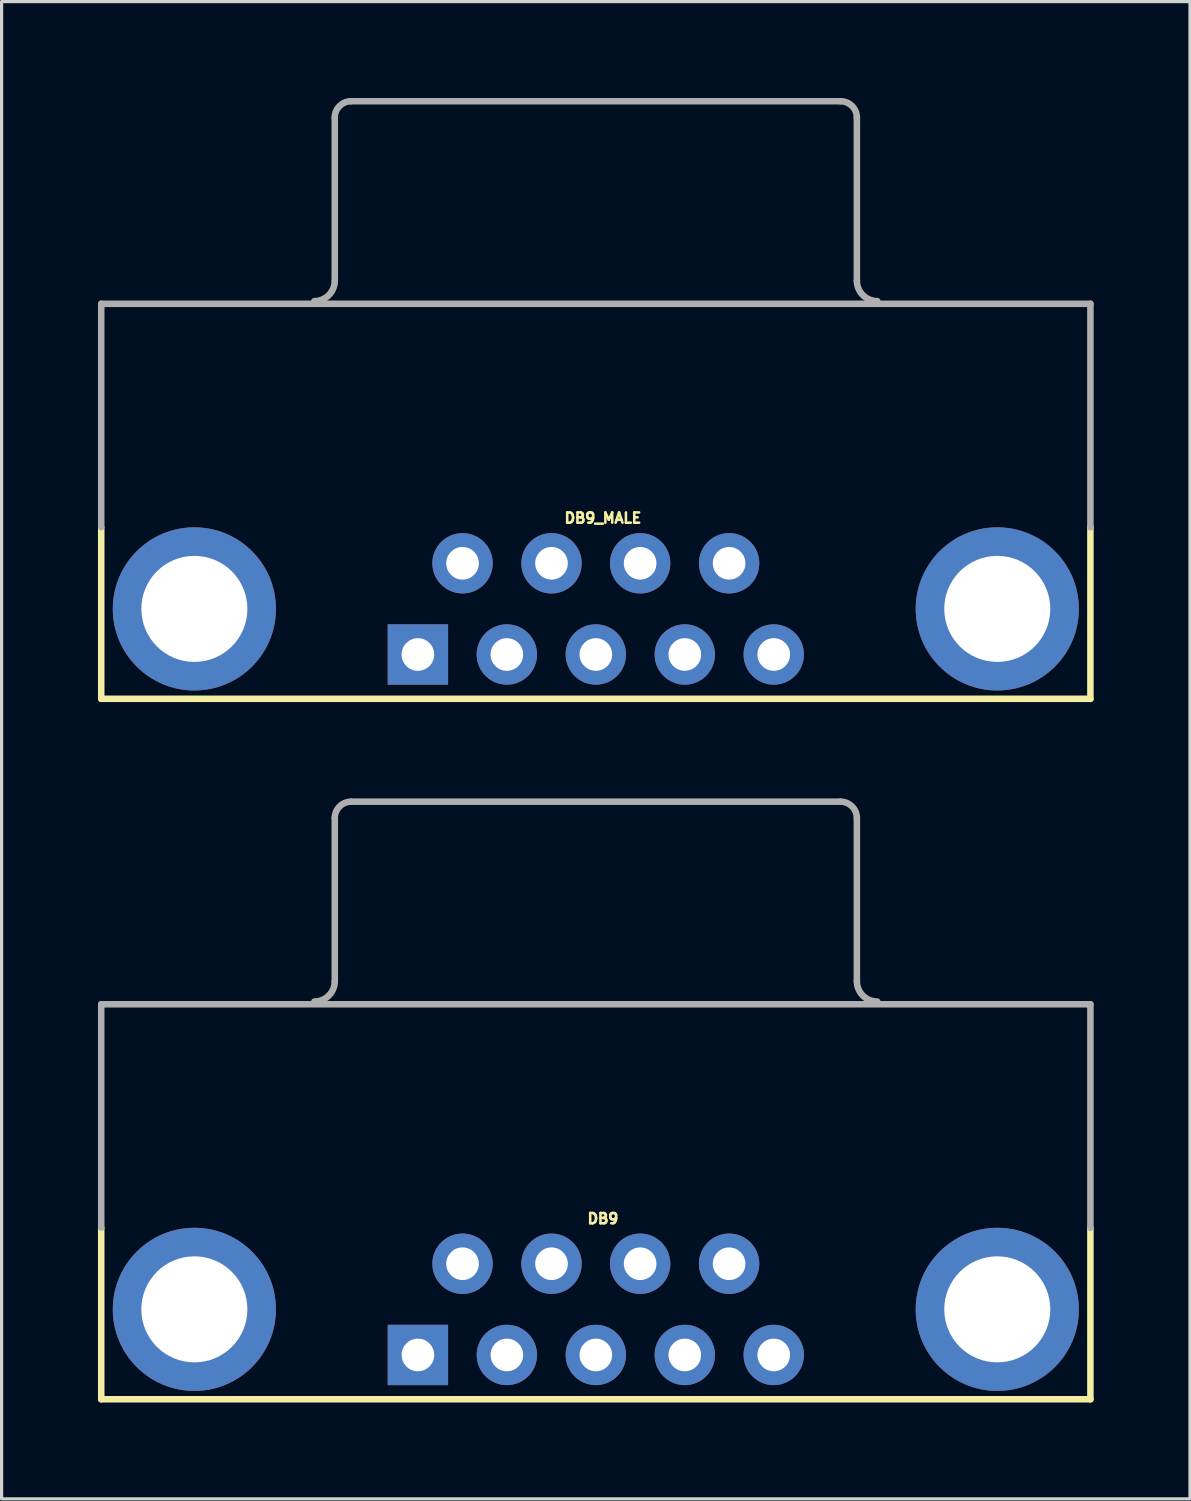
<source format=kicad_pcb>
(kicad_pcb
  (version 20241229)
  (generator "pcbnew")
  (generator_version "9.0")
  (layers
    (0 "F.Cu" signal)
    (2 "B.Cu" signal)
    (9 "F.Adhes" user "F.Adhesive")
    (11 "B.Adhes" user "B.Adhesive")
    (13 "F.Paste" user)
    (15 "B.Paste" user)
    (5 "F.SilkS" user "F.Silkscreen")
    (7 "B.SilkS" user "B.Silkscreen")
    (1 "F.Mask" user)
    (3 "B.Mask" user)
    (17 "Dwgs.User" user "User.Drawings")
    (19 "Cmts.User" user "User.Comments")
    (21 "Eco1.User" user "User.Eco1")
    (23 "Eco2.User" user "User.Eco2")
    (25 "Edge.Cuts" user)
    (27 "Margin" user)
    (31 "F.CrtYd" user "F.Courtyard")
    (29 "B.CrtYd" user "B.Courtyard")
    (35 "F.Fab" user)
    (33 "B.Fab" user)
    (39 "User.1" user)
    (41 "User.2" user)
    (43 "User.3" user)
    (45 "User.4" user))
  (footprint "DB9_MALE"
    (layer "F.Cu")
    (at 15.502 15.909)
    (property "Reference" "DB9_MALE" (at 0.221 -2.828 0) (layer "F.SilkS") (effects (font (size 0.32 0.32) (thickness 0.15))))
    (attr through_hole)
    (fp_line (start -15.4 2.8) (end -15.4 -2.54) (stroke (width 0.203) (type solid)) (layer "F.SilkS"))
    (fp_line (start -15.4 2.8) (end 15.4 2.8) (stroke (width 0.203) (type solid)) (layer "F.SilkS"))
    (fp_line (start 15.4 2.8) (end 15.4 -2.54) (stroke (width 0.203) (type solid)) (layer "F.SilkS"))
    (fp_line (start -15.4 -9.5) (end 15.4 -9.5) (stroke (width 0.203) (type solid)) (layer "F.Fab"))
    (fp_line (start -15.4 -2.543) (end -15.4 -9.5) (stroke (width 0.203) (type solid)) (layer "F.Fab"))
    (fp_line (start -8.128 -10.219) (end -8.128 -15.299) (stroke (width 0.203) (type solid)) (layer "F.Fab"))
    (fp_line (start -7.62 -15.807) (end 7.62 -15.807) (stroke (width 0.203) (type solid)) (layer "F.Fab"))
    (fp_line (start 8.128 -10.219) (end 8.128 -15.299) (stroke (width 0.203) (type solid)) (layer "F.Fab"))
    (fp_line (start 15.4 -2.54) (end 15.4 -9.5) (stroke (width 0.203) (type solid)) (layer "F.Fab"))
    (fp_arc (start -8.128 -15.299) (mid -7.97921 -15.65821) (end -7.62 -15.807) (stroke (width 0.2032) (type solid)) (layer "F.Fab"))
    (fp_arc (start -8.128 -10.219) (mid -8.313987 -9.769987) (end -8.763 -9.584) (stroke (width 0.2032) (type solid)) (layer "F.Fab"))
    (fp_arc (start 7.62 -15.807) (mid 7.97921 -15.65821) (end 8.128 -15.299) (stroke (width 0.2032) (type solid)) (layer "F.Fab"))
    (fp_arc (start 8.763 -9.584) (mid 8.313987 -9.769987) (end 8.128 -10.219) (stroke (width 0.2032) (type solid)) (layer "F.Fab"))
    (pad "1" thru_hole circle (at 5.54 1.42) (size 1.88 1.88) (drill 1.016) (layers "*.Cu" "*.Mask"))
    (pad "2" thru_hole circle (at 2.77 1.42) (size 1.88 1.88) (drill 1.016) (layers "*.Cu" "*.Mask"))
    (pad "3" thru_hole circle (at 0 1.42) (size 1.88 1.88) (drill 1.016) (layers "*.Cu" "*.Mask"))
    (pad "4" thru_hole circle (at -2.77 1.42) (size 1.88 1.88) (drill 1.016) (layers "*.Cu" "*.Mask"))
    (pad "5" thru_hole rect (at -5.54 1.42) (size 1.88 1.88) (drill 1.016) (layers "*.Cu" "*.Mask"))
    (pad "6" thru_hole circle (at 4.15 -1.42) (size 1.88 1.88) (drill 1.016) (layers "*.Cu" "*.Mask"))
    (pad "7" thru_hole circle (at 1.38 -1.42) (size 1.88 1.88) (drill 1.016) (layers "*.Cu" "*.Mask"))
    (pad "8" thru_hole circle (at -1.38 -1.42) (size 1.88 1.88) (drill 1.016) (layers "*.Cu" "*.Mask"))
    (pad "9" thru_hole circle (at -4.15 -1.42) (size 1.88 1.88) (drill 1.016) (layers "*.Cu" "*.Mask"))
    (pad "G1" thru_hole circle (at -12.5 0) (size 5.08 5.08) (drill 3.302) (layers "*.Cu" "*.Mask"))
    (pad "G2" thru_hole circle (at 12.5 0) (size 5.08 5.08) (drill 3.302) (layers "*.Cu" "*.Mask")))
  (footprint "DB9"
    (layer "F.Cu")
    (at 15.502 37.719)
    (property "Reference" "DB9" (at 0.221 -2.824 0) (layer "F.SilkS") (effects (font (size 0.32 0.32) (thickness 0.15))))
    (attr through_hole)
    (fp_line (start -15.4 2.8) (end -15.4 -2.54) (stroke (width 0.203) (type solid)) (layer "F.SilkS"))
    (fp_line (start -15.4 2.8) (end 15.4 2.8) (stroke (width 0.203) (type solid)) (layer "F.SilkS"))
    (fp_line (start 15.4 2.8) (end 15.4 -2.54) (stroke (width 0.203) (type solid)) (layer "F.SilkS"))
    (fp_line (start -15.4 -9.5) (end 15.4 -9.5) (stroke (width 0.203) (type solid)) (layer "F.Fab"))
    (fp_line (start -15.4 -2.543) (end -15.4 -9.5) (stroke (width 0.203) (type solid)) (layer "F.Fab"))
    (fp_line (start -8.128 -10.219) (end -8.128 -15.299) (stroke (width 0.203) (type solid)) (layer "F.Fab"))
    (fp_line (start -7.62 -15.807) (end 7.62 -15.807) (stroke (width 0.203) (type solid)) (layer "F.Fab"))
    (fp_line (start 8.128 -10.219) (end 8.128 -15.299) (stroke (width 0.203) (type solid)) (layer "F.Fab"))
    (fp_line (start 15.4 -2.54) (end 15.4 -9.5) (stroke (width 0.203) (type solid)) (layer "F.Fab"))
    (fp_arc (start -8.128 -15.299) (mid -7.97921 -15.65821) (end -7.62 -15.807) (stroke (width 0.2032) (type solid)) (layer "F.Fab"))
    (fp_arc (start -8.128 -10.219) (mid -8.313987 -9.769987) (end -8.763 -9.584) (stroke (width 0.2032) (type solid)) (layer "F.Fab"))
    (fp_arc (start 7.62 -15.807) (mid 7.97921 -15.65821) (end 8.128 -15.299) (stroke (width 0.2032) (type solid)) (layer "F.Fab"))
    (fp_arc (start 8.763 -9.584) (mid 8.313987 -9.769987) (end 8.128 -10.219) (stroke (width 0.2032) (type solid)) (layer "F.Fab"))
    (pad "1" thru_hole rect (at -5.54 1.42) (size 1.88 1.88) (drill 1.016) (layers "*.Cu" "*.Mask"))
    (pad "2" thru_hole circle (at -2.77 1.42) (size 1.88 1.88) (drill 1.016) (layers "*.Cu" "*.Mask"))
    (pad "3" thru_hole circle (at 0 1.42) (size 1.88 1.88) (drill 1.016) (layers "*.Cu" "*.Mask"))
    (pad "4" thru_hole circle (at 2.77 1.42) (size 1.88 1.88) (drill 1.016) (layers "*.Cu" "*.Mask"))
    (pad "5" thru_hole circle (at 5.54 1.42) (size 1.88 1.88) (drill 1.016) (layers "*.Cu" "*.Mask"))
    (pad "6" thru_hole circle (at -4.15 -1.42) (size 1.88 1.88) (drill 1.016) (layers "*.Cu" "*.Mask"))
    (pad "7" thru_hole circle (at -1.38 -1.42) (size 1.88 1.88) (drill 1.016) (layers "*.Cu" "*.Mask"))
    (pad "8" thru_hole circle (at 1.38 -1.42) (size 1.88 1.88) (drill 1.016) (layers "*.Cu" "*.Mask"))
    (pad "9" thru_hole circle (at 4.15 -1.42) (size 1.88 1.88) (drill 1.016) (layers "*.Cu" "*.Mask"))
    (pad "G1" thru_hole circle (at -12.5 0) (size 5.08 5.08) (drill 3.302) (layers "*.Cu" "*.Mask"))
    (pad "G2" thru_hole circle (at 12.5 0) (size 5.08 5.08) (drill 3.302) (layers "*.Cu" "*.Mask")))
  (gr_rect
    (start -3 -3)
    (end 34.003 43.62)
    (stroke (width 0.1) (type default))
    (fill no)
    (layer "Edge.Cuts")))
</source>
